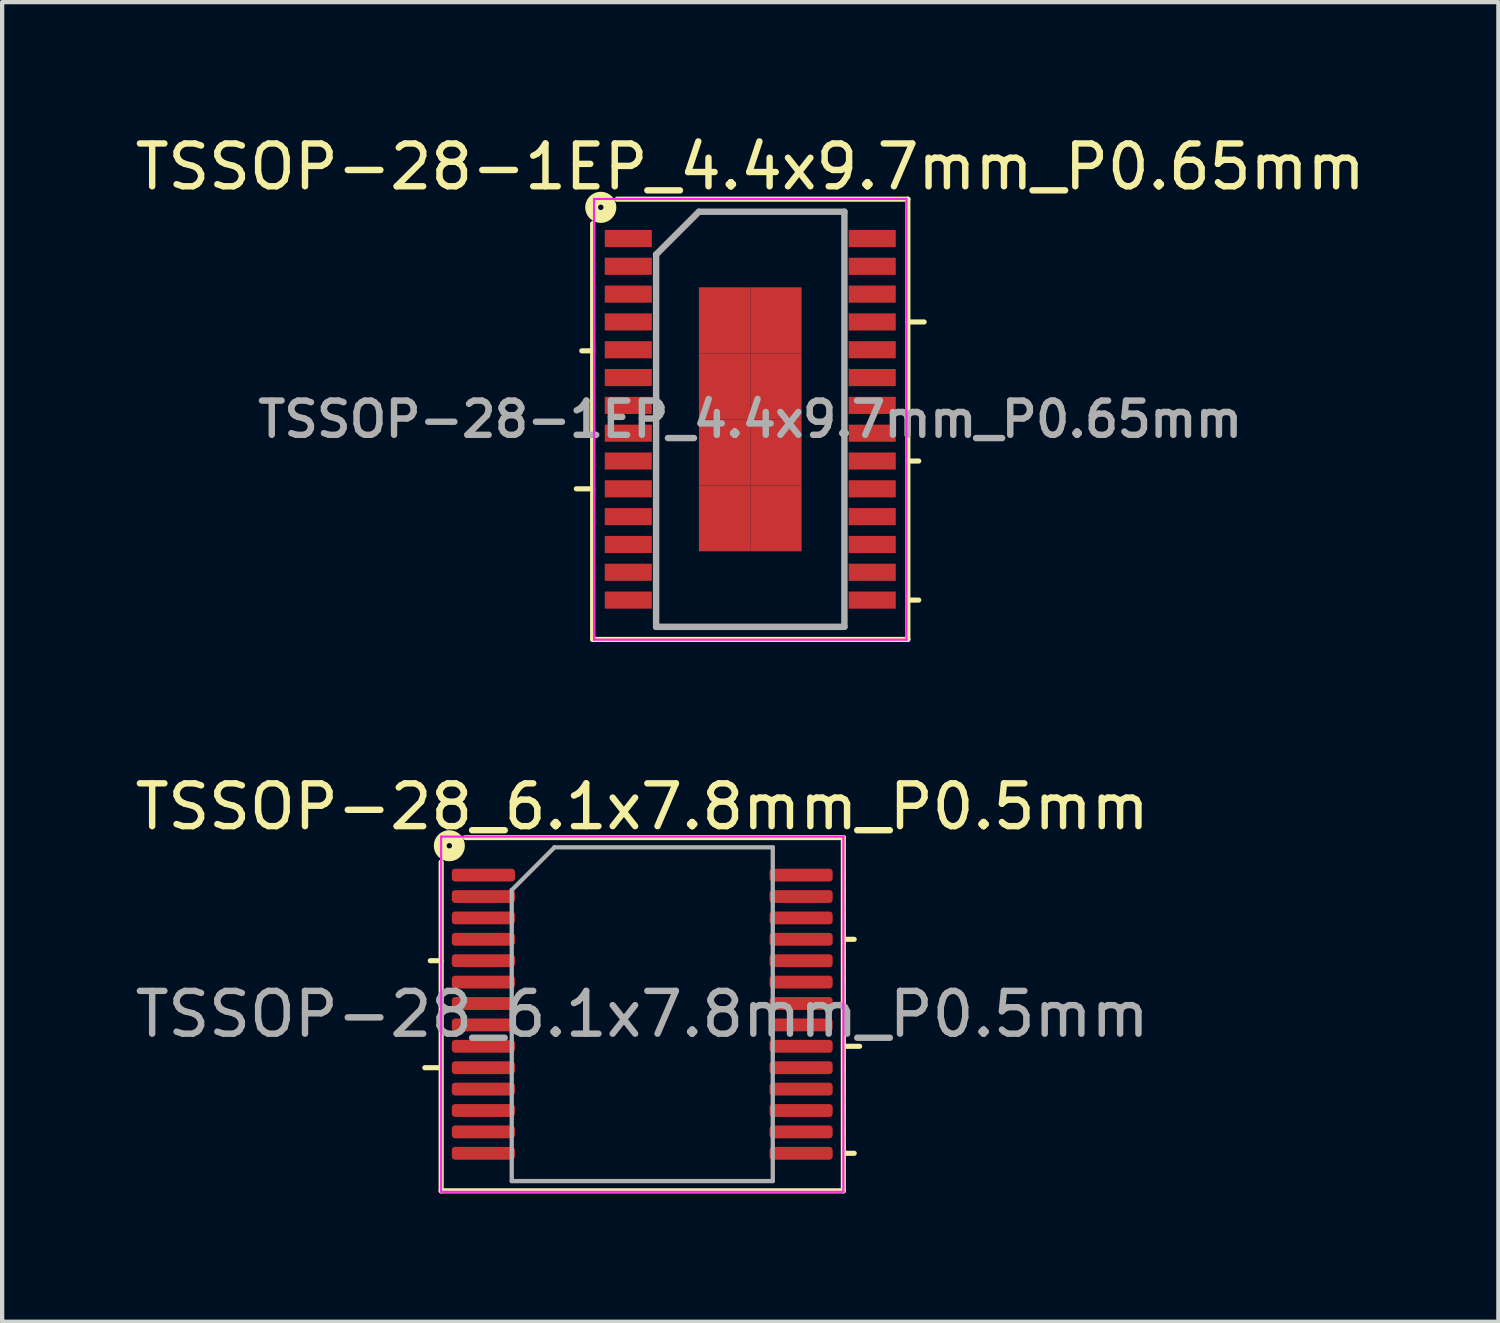
<source format=kicad_pcb>
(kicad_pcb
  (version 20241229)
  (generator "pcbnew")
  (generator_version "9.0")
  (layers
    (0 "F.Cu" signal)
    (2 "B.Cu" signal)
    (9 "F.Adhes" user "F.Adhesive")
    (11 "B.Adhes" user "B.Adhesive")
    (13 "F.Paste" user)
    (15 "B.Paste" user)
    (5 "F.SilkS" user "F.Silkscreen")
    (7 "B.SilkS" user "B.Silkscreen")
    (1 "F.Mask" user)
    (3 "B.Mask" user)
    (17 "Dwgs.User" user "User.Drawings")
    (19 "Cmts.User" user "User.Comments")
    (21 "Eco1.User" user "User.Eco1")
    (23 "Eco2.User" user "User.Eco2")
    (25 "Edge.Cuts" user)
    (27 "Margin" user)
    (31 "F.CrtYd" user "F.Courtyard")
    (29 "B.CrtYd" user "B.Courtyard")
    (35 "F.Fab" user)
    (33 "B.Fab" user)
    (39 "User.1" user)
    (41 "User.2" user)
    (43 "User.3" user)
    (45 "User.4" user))
  (footprint "TSSOP-28_6.1x7.8mm_P0.5mm"
    (layer "F.Cu")
    (at 11.958 20.65)
    (property "Reference" "TSSOP-28_6.1x7.8mm_P0.5mm" (at 0 -4.85 0) (layer "F.SilkS") (effects (font (size 1 1) (thickness 0.15))))
    (attr smd)
    (fp_line (start -5.08 1.25) (end -4.75 1.25) (stroke (width 0.12) (type solid)) (layer "F.SilkS"))
    (fp_line (start -4.953 -1.25) (end -4.699 -1.25) (stroke (width 0.12) (type solid)) (layer "F.SilkS"))
    (fp_line (start -4.699 -3.556) (end -4.699 4.128) (stroke (width 0.12) (type solid)) (layer "F.SilkS"))
    (fp_line (start -4.699 4.128) (end 4.699 4.128) (stroke (width 0.12) (type solid)) (layer "F.SilkS"))
    (fp_line (start 4.699 -4.128) (end -4.128 -4.128) (stroke (width 0.12) (type solid)) (layer "F.SilkS"))
    (fp_line (start 4.699 4.128) (end 4.699 -4.128) (stroke (width 0.12) (type solid)) (layer "F.SilkS"))
    (fp_line (start 4.953 -1.75) (end 4.75 -1.75) (stroke (width 0.12) (type solid)) (layer "F.SilkS"))
    (fp_line (start 4.953 3.25) (end 4.75 3.25) (stroke (width 0.12) (type solid)) (layer "F.SilkS"))
    (fp_line (start 5.08 0.75) (end 4.75 0.75) (stroke (width 0.12) (type solid)) (layer "F.SilkS"))
    (fp_circle (center -4.508 -3.937) (end -4.445 -3.937) (stroke (width 0.3) (type solid)) (fill no) (layer "F.SilkS"))
    (fp_line (start -4.7 -4.15) (end -4.7 4.15) (stroke (width 0.05) (type solid)) (layer "F.CrtYd"))
    (fp_line (start -4.7 4.15) (end 4.7 4.15) (stroke (width 0.05) (type solid)) (layer "F.CrtYd"))
    (fp_line (start 4.7 -4.15) (end -4.7 -4.15) (stroke (width 0.05) (type solid)) (layer "F.CrtYd"))
    (fp_line (start 4.7 4.15) (end 4.7 -4.15) (stroke (width 0.05) (type solid)) (layer "F.CrtYd"))
    (fp_line (start -3.05 -2.9) (end -2.05 -3.9) (stroke (width 0.1) (type solid)) (layer "F.Fab"))
    (fp_line (start -3.05 3.9) (end -3.05 -2.9) (stroke (width 0.1) (type solid)) (layer "F.Fab"))
    (fp_line (start -2.05 -3.9) (end 3.05 -3.9) (stroke (width 0.1) (type solid)) (layer "F.Fab"))
    (fp_line (start 3.05 -3.9) (end 3.05 3.9) (stroke (width 0.1) (type solid)) (layer "F.Fab"))
    (fp_line (start 3.05 3.9) (end -3.05 3.9) (stroke (width 0.1) (type solid)) (layer "F.Fab"))
    (fp_text user "${REFERENCE}" (at 0 0 0) (layer "F.Fab") (effects (font (size 1 1) (thickness 0.15))))
    (pad "1" smd roundrect (at -3.712 -3.25) (size 1.475 0.3) (layers "F.Cu" "F.Mask" "F.Paste") (roundrect_rratio 0.25))
    (pad "2" smd roundrect (at -3.712 -2.75) (size 1.475 0.3) (layers "F.Cu" "F.Mask" "F.Paste") (roundrect_rratio 0.25))
    (pad "3" smd roundrect (at -3.712 -2.25) (size 1.475 0.3) (layers "F.Cu" "F.Mask" "F.Paste") (roundrect_rratio 0.25))
    (pad "4" smd roundrect (at -3.712 -1.75) (size 1.475 0.3) (layers "F.Cu" "F.Mask" "F.Paste") (roundrect_rratio 0.25))
    (pad "5" smd roundrect (at -3.712 -1.25) (size 1.475 0.3) (layers "F.Cu" "F.Mask" "F.Paste") (roundrect_rratio 0.25))
    (pad "6" smd roundrect (at -3.712 -0.75) (size 1.475 0.3) (layers "F.Cu" "F.Mask" "F.Paste") (roundrect_rratio 0.25))
    (pad "7" smd roundrect (at -3.712 -0.25) (size 1.475 0.3) (layers "F.Cu" "F.Mask" "F.Paste") (roundrect_rratio 0.25))
    (pad "8" smd roundrect (at -3.712 0.25) (size 1.475 0.3) (layers "F.Cu" "F.Mask" "F.Paste") (roundrect_rratio 0.25))
    (pad "9" smd roundrect (at -3.712 0.75) (size 1.475 0.3) (layers "F.Cu" "F.Mask" "F.Paste") (roundrect_rratio 0.25))
    (pad "10" smd roundrect (at -3.712 1.25) (size 1.475 0.3) (layers "F.Cu" "F.Mask" "F.Paste") (roundrect_rratio 0.25))
    (pad "11" smd roundrect (at -3.712 1.75) (size 1.475 0.3) (layers "F.Cu" "F.Mask" "F.Paste") (roundrect_rratio 0.25))
    (pad "12" smd roundrect (at -3.712 2.25) (size 1.475 0.3) (layers "F.Cu" "F.Mask" "F.Paste") (roundrect_rratio 0.25))
    (pad "13" smd roundrect (at -3.712 2.75) (size 1.475 0.3) (layers "F.Cu" "F.Mask" "F.Paste") (roundrect_rratio 0.25))
    (pad "14" smd roundrect (at -3.712 3.25) (size 1.475 0.3) (layers "F.Cu" "F.Mask" "F.Paste") (roundrect_rratio 0.25))
    (pad "15" smd roundrect (at 3.712 3.25) (size 1.475 0.3) (layers "F.Cu" "F.Mask" "F.Paste") (roundrect_rratio 0.25))
    (pad "16" smd roundrect (at 3.712 2.75) (size 1.475 0.3) (layers "F.Cu" "F.Mask" "F.Paste") (roundrect_rratio 0.25))
    (pad "17" smd roundrect (at 3.712 2.25) (size 1.475 0.3) (layers "F.Cu" "F.Mask" "F.Paste") (roundrect_rratio 0.25))
    (pad "18" smd roundrect (at 3.712 1.75) (size 1.475 0.3) (layers "F.Cu" "F.Mask" "F.Paste") (roundrect_rratio 0.25))
    (pad "19" smd roundrect (at 3.712 1.25) (size 1.475 0.3) (layers "F.Cu" "F.Mask" "F.Paste") (roundrect_rratio 0.25))
    (pad "20" smd roundrect (at 3.712 0.75) (size 1.475 0.3) (layers "F.Cu" "F.Mask" "F.Paste") (roundrect_rratio 0.25))
    (pad "21" smd roundrect (at 3.712 0.25) (size 1.475 0.3) (layers "F.Cu" "F.Mask" "F.Paste") (roundrect_rratio 0.25))
    (pad "22" smd roundrect (at 3.712 -0.25) (size 1.475 0.3) (layers "F.Cu" "F.Mask" "F.Paste") (roundrect_rratio 0.25))
    (pad "23" smd roundrect (at 3.712 -0.75) (size 1.475 0.3) (layers "F.Cu" "F.Mask" "F.Paste") (roundrect_rratio 0.25))
    (pad "24" smd roundrect (at 3.712 -1.25) (size 1.475 0.3) (layers "F.Cu" "F.Mask" "F.Paste") (roundrect_rratio 0.25))
    (pad "25" smd roundrect (at 3.712 -1.75) (size 1.475 0.3) (layers "F.Cu" "F.Mask" "F.Paste") (roundrect_rratio 0.25))
    (pad "26" smd roundrect (at 3.712 -2.25) (size 1.475 0.3) (layers "F.Cu" "F.Mask" "F.Paste") (roundrect_rratio 0.25))
    (pad "27" smd roundrect (at 3.712 -2.75) (size 1.475 0.3) (layers "F.Cu" "F.Mask" "F.Paste") (roundrect_rratio 0.25))
    (pad "28" smd roundrect (at 3.712 -3.25) (size 1.475 0.3) (layers "F.Cu" "F.Mask" "F.Paste") (roundrect_rratio 0.25)))
  (footprint "TSSOP-28-1EP_4.4x9.7mm_P0.65mm"
    (layer "F.Cu")
    (at 14.482 6.748)
    (property "Reference" "TSSOP-28-1EP_4.4x9.7mm_P0.65mm" (at 0 -5.9 0) (layer "F.SilkS") (effects (font (size 1 1) (thickness 0.15))))
    (attr smd)
    (fp_line (start -4.064 1.625) (end -3.683 1.625) (stroke (width 0.12) (type solid)) (layer "F.SilkS"))
    (fp_line (start -3.937 -1.6) (end -3.683 -1.6) (stroke (width 0.12) (type solid)) (layer "F.SilkS"))
    (fp_line (start -3.683 -4.572) (end -3.683 5.144) (stroke (width 0.12) (type solid)) (layer "F.SilkS"))
    (fp_line (start -3.683 5.144) (end 3.683 5.144) (stroke (width 0.12) (type solid)) (layer "F.SilkS"))
    (fp_line (start 3.683 -5.144) (end -3.111 -5.144) (stroke (width 0.12) (type solid)) (layer "F.SilkS"))
    (fp_line (start 3.683 -2.275) (end 4.064 -2.275) (stroke (width 0.12) (type solid)) (layer "F.SilkS"))
    (fp_line (start 3.683 0.975) (end 3.937 0.975) (stroke (width 0.12) (type solid)) (layer "F.SilkS"))
    (fp_line (start 3.683 4.225) (end 3.937 4.225) (stroke (width 0.12) (type solid)) (layer "F.SilkS"))
    (fp_line (start 3.683 5.144) (end 3.683 -5.144) (stroke (width 0.12) (type solid)) (layer "F.SilkS"))
    (fp_circle (center -3.493 -4.953) (end -3.429 -4.953) (stroke (width 0.3) (type solid)) (fill no) (layer "F.SilkS"))
    (fp_line (start -3.65 -5.15) (end -3.65 5.15) (stroke (width 0.05) (type solid)) (layer "F.CrtYd"))
    (fp_line (start -3.65 -5.15) (end 3.65 -5.15) (stroke (width 0.05) (type solid)) (layer "F.CrtYd"))
    (fp_line (start -3.65 5.15) (end 3.65 5.15) (stroke (width 0.05) (type solid)) (layer "F.CrtYd"))
    (fp_line (start 3.65 -5.15) (end 3.65 5.15) (stroke (width 0.05) (type solid)) (layer "F.CrtYd"))
    (fp_line (start -2.2 -3.85) (end -1.2 -4.85) (stroke (width 0.15) (type solid)) (layer "F.Fab"))
    (fp_line (start -2.2 4.85) (end -2.2 -3.85) (stroke (width 0.15) (type solid)) (layer "F.Fab"))
    (fp_line (start -1.2 -4.85) (end 2.2 -4.85) (stroke (width 0.15) (type solid)) (layer "F.Fab"))
    (fp_line (start 2.2 -4.85) (end 2.2 4.85) (stroke (width 0.15) (type solid)) (layer "F.Fab"))
    (fp_line (start 2.2 4.85) (end -2.2 4.85) (stroke (width 0.15) (type solid)) (layer "F.Fab"))
    (fp_text user "${REFERENCE}" (at 0 0 0) (layer "F.Fab") (effects (font (size 0.8 0.8) (thickness 0.15))))
    (pad "1" smd rect (at -2.85 -4.225) (size 1.1 0.4) (layers "F.Cu" "F.Mask" "F.Paste"))
    (pad "2" smd rect (at -2.85 -3.575) (size 1.1 0.4) (layers "F.Cu" "F.Mask" "F.Paste"))
    (pad "3" smd rect (at -2.85 -2.925) (size 1.1 0.4) (layers "F.Cu" "F.Mask" "F.Paste"))
    (pad "4" smd rect (at -2.85 -2.275) (size 1.1 0.4) (layers "F.Cu" "F.Mask" "F.Paste"))
    (pad "5" smd rect (at -2.85 -1.625) (size 1.1 0.4) (layers "F.Cu" "F.Mask" "F.Paste"))
    (pad "6" smd rect (at -2.85 -0.975) (size 1.1 0.4) (layers "F.Cu" "F.Mask" "F.Paste"))
    (pad "7" smd rect (at -2.85 -0.325) (size 1.1 0.4) (layers "F.Cu" "F.Mask" "F.Paste"))
    (pad "8" smd rect (at -2.85 0.325) (size 1.1 0.4) (layers "F.Cu" "F.Mask" "F.Paste"))
    (pad "9" smd rect (at -2.85 0.975) (size 1.1 0.4) (layers "F.Cu" "F.Mask" "F.Paste"))
    (pad "10" smd rect (at -2.85 1.625) (size 1.1 0.4) (layers "F.Cu" "F.Mask" "F.Paste"))
    (pad "11" smd rect (at -2.85 2.275) (size 1.1 0.4) (layers "F.Cu" "F.Mask" "F.Paste"))
    (pad "12" smd rect (at -2.85 2.925) (size 1.1 0.4) (layers "F.Cu" "F.Mask" "F.Paste"))
    (pad "13" smd rect (at -2.85 3.575) (size 1.1 0.4) (layers "F.Cu" "F.Mask" "F.Paste"))
    (pad "14" smd rect (at -2.85 4.225) (size 1.1 0.4) (layers "F.Cu" "F.Mask" "F.Paste"))
    (pad "15" smd rect (at 2.85 4.225) (size 1.1 0.4) (layers "F.Cu" "F.Mask" "F.Paste"))
    (pad "16" smd rect (at 2.85 3.575) (size 1.1 0.4) (layers "F.Cu" "F.Mask" "F.Paste"))
    (pad "17" smd rect (at 2.85 2.925) (size 1.1 0.4) (layers "F.Cu" "F.Mask" "F.Paste"))
    (pad "18" smd rect (at 2.85 2.275) (size 1.1 0.4) (layers "F.Cu" "F.Mask" "F.Paste"))
    (pad "19" smd rect (at 2.85 1.625) (size 1.1 0.4) (layers "F.Cu" "F.Mask" "F.Paste"))
    (pad "20" smd rect (at 2.85 0.975) (size 1.1 0.4) (layers "F.Cu" "F.Mask" "F.Paste"))
    (pad "21" smd rect (at 2.85 0.325) (size 1.1 0.4) (layers "F.Cu" "F.Mask" "F.Paste"))
    (pad "22" smd rect (at 2.85 -0.325) (size 1.1 0.4) (layers "F.Cu" "F.Mask" "F.Paste"))
    (pad "23" smd rect (at 2.85 -0.975) (size 1.1 0.4) (layers "F.Cu" "F.Mask" "F.Paste"))
    (pad "24" smd rect (at 2.85 -1.625) (size 1.1 0.4) (layers "F.Cu" "F.Mask" "F.Paste"))
    (pad "25" smd rect (at 2.85 -2.275) (size 1.1 0.4) (layers "F.Cu" "F.Mask" "F.Paste"))
    (pad "26" smd rect (at 2.85 -2.925) (size 1.1 0.4) (layers "F.Cu" "F.Mask" "F.Paste"))
    (pad "27" smd rect (at 2.85 -3.575) (size 1.1 0.4) (layers "F.Cu" "F.Mask" "F.Paste"))
    (pad "28" smd rect (at 2.85 -4.225) (size 1.1 0.4) (layers "F.Cu" "F.Mask" "F.Paste"))
    (pad "29" smd rect (at -0.6 -2.314) (size 1.2 1.542) (layers "F.Cu" "F.Mask" "F.Paste"))
    (pad "29" smd rect (at -0.6 -0.771) (size 1.2 1.542) (layers "F.Cu" "F.Mask" "F.Paste"))
    (pad "29" smd rect (at -0.6 0.771) (size 1.2 1.542) (layers "F.Cu" "F.Mask" "F.Paste"))
    (pad "29" smd rect (at -0.6 2.314) (size 1.2 1.542) (layers "F.Cu" "F.Mask" "F.Paste"))
    (pad "29" smd rect (at 0.6 -2.314) (size 1.2 1.542) (layers "F.Cu" "F.Mask" "F.Paste"))
    (pad "29" smd rect (at 0.6 -0.771) (size 1.2 1.542) (layers "F.Cu" "F.Mask" "F.Paste"))
    (pad "29" smd rect (at 0.6 0.771) (size 1.2 1.542) (layers "F.Cu" "F.Mask" "F.Paste"))
    (pad "29" smd rect (at 0.6 2.314) (size 1.2 1.542) (layers "F.Cu" "F.Mask" "F.Paste")))
  (gr_rect
    (start -3 -3)
    (end 31.964 27.837)
    (stroke (width 0.1) (type default))
    (fill no)
    (layer "Edge.Cuts")))
</source>
